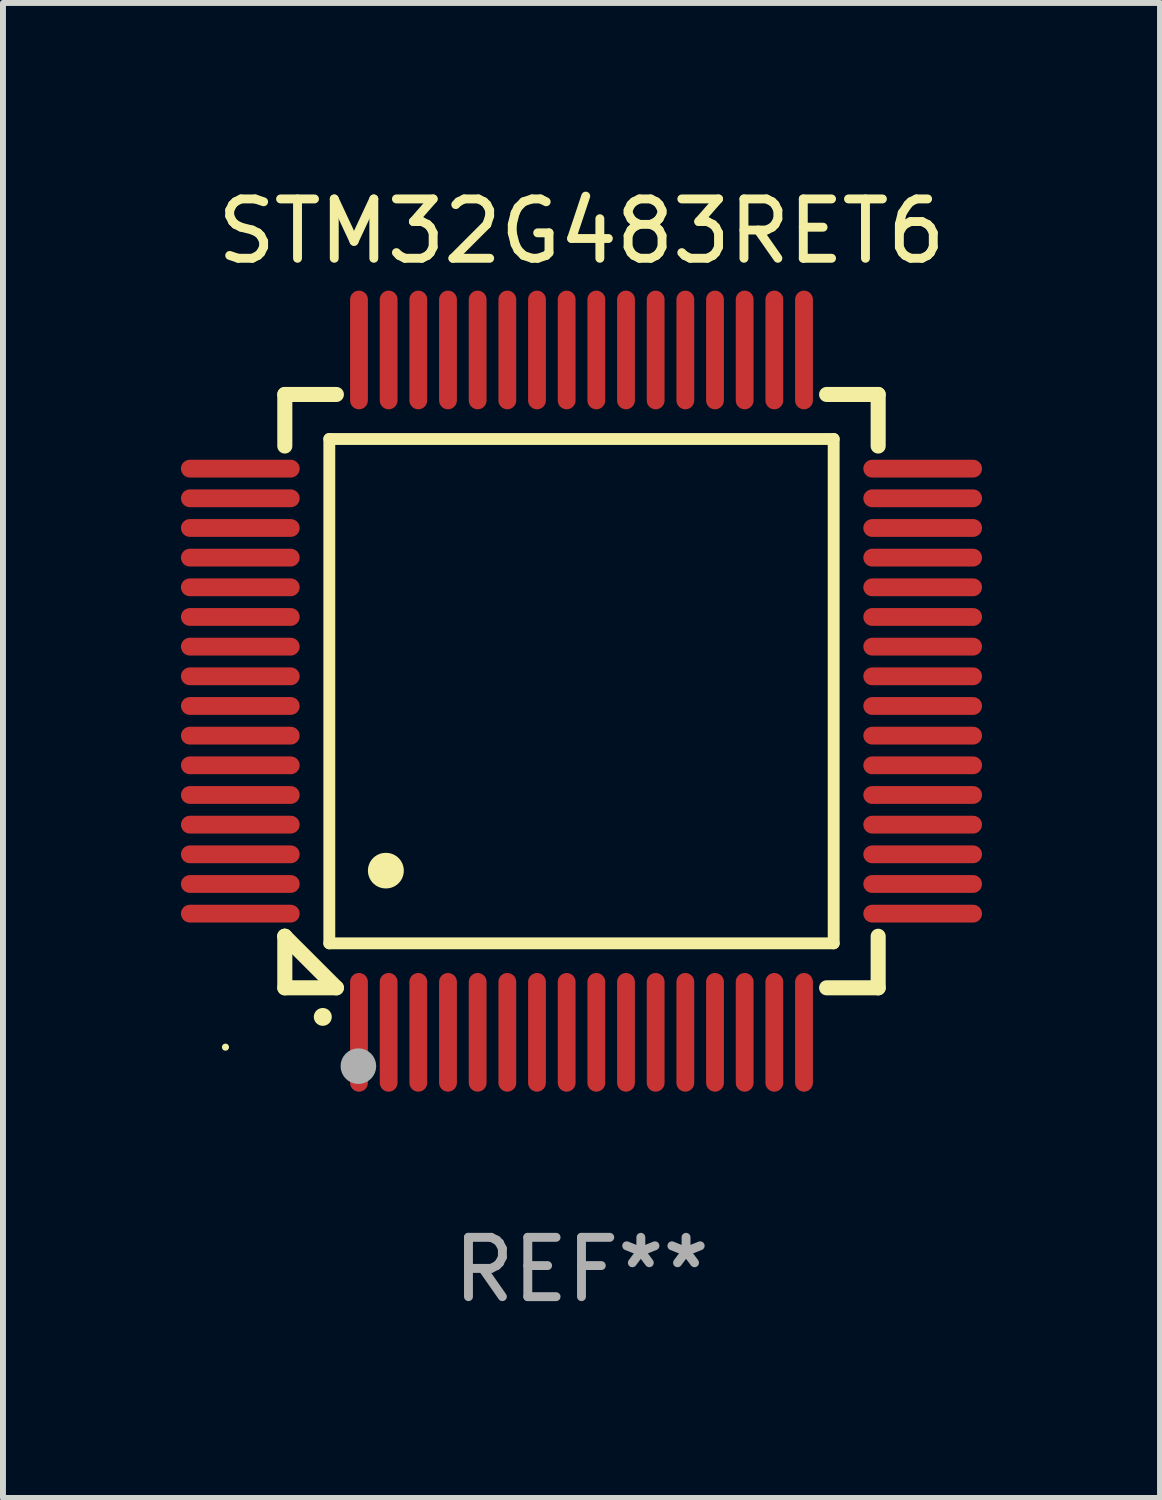
<source format=kicad_pcb>
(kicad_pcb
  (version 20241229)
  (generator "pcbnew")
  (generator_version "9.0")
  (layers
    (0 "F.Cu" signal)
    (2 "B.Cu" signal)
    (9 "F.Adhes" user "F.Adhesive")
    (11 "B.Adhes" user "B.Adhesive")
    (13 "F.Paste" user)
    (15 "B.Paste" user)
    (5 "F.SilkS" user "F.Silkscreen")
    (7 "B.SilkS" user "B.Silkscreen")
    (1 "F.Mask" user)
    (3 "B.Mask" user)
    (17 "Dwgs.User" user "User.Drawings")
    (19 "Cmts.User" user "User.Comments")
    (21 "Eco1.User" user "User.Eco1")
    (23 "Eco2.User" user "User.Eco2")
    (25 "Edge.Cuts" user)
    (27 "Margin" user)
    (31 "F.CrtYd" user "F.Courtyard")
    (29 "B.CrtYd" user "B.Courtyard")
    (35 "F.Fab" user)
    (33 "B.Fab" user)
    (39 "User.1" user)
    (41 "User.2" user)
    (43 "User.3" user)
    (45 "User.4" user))
  (footprint "STM32G483RET6"
    (layer "F.Cu")
    (at 6.75 8.598)
    (property "Reference" "STM32G483RET6" (at 0 -7.75 0) (layer "F.SilkS") (effects (font (size 1 1) (thickness 0.15))))
    (attr through_hole)
    (fp_line (start -5 -5) (end -4.131 -5) (stroke (width 0.254) (type solid)) (layer "F.SilkS"))
    (fp_line (start -5 -4.131) (end -5 -5) (stroke (width 0.254) (type solid)) (layer "F.SilkS"))
    (fp_line (start -5 4.131) (end -5 4.131) (stroke (width 0.254) (type solid)) (layer "F.SilkS"))
    (fp_line (start -5 5) (end -5 4.131) (stroke (width 0.254) (type solid)) (layer "F.SilkS"))
    (fp_line (start -5 4.131) (end -4.131 5) (stroke (width 0.254) (type solid)) (layer "F.SilkS"))
    (fp_line (start -4.25 -4.25) (end -4.25 4.25) (stroke (width 0.2) (type solid)) (layer "F.SilkS"))
    (fp_line (start -4.25 4.25) (end 4.25 4.25) (stroke (width 0.2) (type solid)) (layer "F.SilkS"))
    (fp_line (start -4.131 5) (end -5 5) (stroke (width 0.254) (type solid)) (layer "F.SilkS"))
    (fp_line (start 4.25 -4.25) (end -4.25 -4.25) (stroke (width 0.2) (type solid)) (layer "F.SilkS"))
    (fp_line (start 4.25 4.25) (end 4.25 -4.25) (stroke (width 0.2) (type solid)) (layer "F.SilkS"))
    (fp_line (start 5 -5) (end 4.131 -5) (stroke (width 0.254) (type solid)) (layer "F.SilkS"))
    (fp_line (start 5 -5) (end 5 -4.131) (stroke (width 0.254) (type solid)) (layer "F.SilkS"))
    (fp_line (start 5 4.131) (end 5 5) (stroke (width 0.254) (type solid)) (layer "F.SilkS"))
    (fp_line (start 5 5) (end 4.131 5) (stroke (width 0.254) (type solid)) (layer "F.SilkS"))
    (fp_arc (start -4.361265 5.489992) (mid -4.359995 5.489987) (end -4.358725 5.489992) (stroke (width 0.3) (type solid)) (layer "F.SilkS"))
    (fp_arc (start -3.299467 3.025146) (mid -3.296927 3.025135) (end -3.294387 3.025146) (stroke (width 0.6) (type solid)) (layer "F.SilkS"))
    (fp_circle (center -6 6) (end -5.97 6) (stroke (width 0.06) (type solid)) (fill no) (layer "F.SilkS"))
    (fp_circle (center -3.76 6.32) (end -3.61 6.32) (stroke (width 0.3) (type solid)) (fill no) (layer "F.Fab"))
    (fp_text user "REF**" (at 0 9.75 0) (layer "F.Fab") (effects (font (size 1 1) (thickness 0.15))))
    (pad "1" smd oval (at -3.75 5.75) (size 0.3 2) (layers "F.Cu" "F.Mask" "F.Paste"))
    (pad "2" smd oval (at -3.25 5.75) (size 0.3 2) (layers "F.Cu" "F.Mask" "F.Paste"))
    (pad "3" smd oval (at -2.75 5.75) (size 0.3 2) (layers "F.Cu" "F.Mask" "F.Paste"))
    (pad "4" smd oval (at -2.25 5.75) (size 0.3 2) (layers "F.Cu" "F.Mask" "F.Paste"))
    (pad "5" smd oval (at -1.75 5.75) (size 0.3 2) (layers "F.Cu" "F.Mask" "F.Paste"))
    (pad "6" smd oval (at -1.25 5.75) (size 0.3 2) (layers "F.Cu" "F.Mask" "F.Paste"))
    (pad "7" smd oval (at -0.75 5.75) (size 0.3 2) (layers "F.Cu" "F.Mask" "F.Paste"))
    (pad "8" smd oval (at -0.25 5.75) (size 0.3 2) (layers "F.Cu" "F.Mask" "F.Paste"))
    (pad "9" smd oval (at 0.25 5.75) (size 0.3 2) (layers "F.Cu" "F.Mask" "F.Paste"))
    (pad "10" smd oval (at 0.75 5.75) (size 0.3 2) (layers "F.Cu" "F.Mask" "F.Paste"))
    (pad "11" smd oval (at 1.25 5.75) (size 0.3 2) (layers "F.Cu" "F.Mask" "F.Paste"))
    (pad "12" smd oval (at 1.75 5.75) (size 0.3 2) (layers "F.Cu" "F.Mask" "F.Paste"))
    (pad "13" smd oval (at 2.25 5.75) (size 0.3 2) (layers "F.Cu" "F.Mask" "F.Paste"))
    (pad "14" smd oval (at 2.75 5.75) (size 0.3 2) (layers "F.Cu" "F.Mask" "F.Paste"))
    (pad "15" smd oval (at 3.25 5.75) (size 0.3 2) (layers "F.Cu" "F.Mask" "F.Paste"))
    (pad "16" smd oval (at 3.75 5.75) (size 0.3 2) (layers "F.Cu" "F.Mask" "F.Paste"))
    (pad "17" smd oval (at 5.75 3.75) (size 2 0.3) (layers "F.Cu" "F.Mask" "F.Paste"))
    (pad "18" smd oval (at 5.75 3.25) (size 2 0.3) (layers "F.Cu" "F.Mask" "F.Paste"))
    (pad "19" smd oval (at 5.75 2.75) (size 2 0.3) (layers "F.Cu" "F.Mask" "F.Paste"))
    (pad "20" smd oval (at 5.75 2.25) (size 2 0.3) (layers "F.Cu" "F.Mask" "F.Paste"))
    (pad "21" smd oval (at 5.75 1.75) (size 2 0.3) (layers "F.Cu" "F.Mask" "F.Paste"))
    (pad "22" smd oval (at 5.75 1.25) (size 2 0.3) (layers "F.Cu" "F.Mask" "F.Paste"))
    (pad "23" smd oval (at 5.75 0.75) (size 2 0.3) (layers "F.Cu" "F.Mask" "F.Paste"))
    (pad "24" smd oval (at 5.75 0.25) (size 2 0.3) (layers "F.Cu" "F.Mask" "F.Paste"))
    (pad "25" smd oval (at 5.75 -0.25) (size 2 0.3) (layers "F.Cu" "F.Mask" "F.Paste"))
    (pad "26" smd oval (at 5.75 -0.75) (size 2 0.3) (layers "F.Cu" "F.Mask" "F.Paste"))
    (pad "27" smd oval (at 5.75 -1.25) (size 2 0.3) (layers "F.Cu" "F.Mask" "F.Paste"))
    (pad "28" smd oval (at 5.75 -1.75) (size 2 0.3) (layers "F.Cu" "F.Mask" "F.Paste"))
    (pad "29" smd oval (at 5.75 -2.25) (size 2 0.3) (layers "F.Cu" "F.Mask" "F.Paste"))
    (pad "30" smd oval (at 5.75 -2.75) (size 2 0.3) (layers "F.Cu" "F.Mask" "F.Paste"))
    (pad "31" smd oval (at 5.75 -3.25) (size 2 0.3) (layers "F.Cu" "F.Mask" "F.Paste"))
    (pad "32" smd oval (at 5.75 -3.75) (size 2 0.3) (layers "F.Cu" "F.Mask" "F.Paste"))
    (pad "33" smd oval (at 3.75 -5.75) (size 0.3 2) (layers "F.Cu" "F.Mask" "F.Paste"))
    (pad "34" smd oval (at 3.25 -5.75) (size 0.3 2) (layers "F.Cu" "F.Mask" "F.Paste"))
    (pad "35" smd oval (at 2.75 -5.75) (size 0.3 2) (layers "F.Cu" "F.Mask" "F.Paste"))
    (pad "36" smd oval (at 2.25 -5.75) (size 0.3 2) (layers "F.Cu" "F.Mask" "F.Paste"))
    (pad "37" smd oval (at 1.75 -5.75) (size 0.3 2) (layers "F.Cu" "F.Mask" "F.Paste"))
    (pad "38" smd oval (at 1.25 -5.75) (size 0.3 2) (layers "F.Cu" "F.Mask" "F.Paste"))
    (pad "39" smd oval (at 0.75 -5.75) (size 0.3 2) (layers "F.Cu" "F.Mask" "F.Paste"))
    (pad "40" smd oval (at 0.25 -5.75) (size 0.3 2) (layers "F.Cu" "F.Mask" "F.Paste"))
    (pad "41" smd oval (at -0.25 -5.75) (size 0.3 2) (layers "F.Cu" "F.Mask" "F.Paste"))
    (pad "42" smd oval (at -0.75 -5.75) (size 0.3 2) (layers "F.Cu" "F.Mask" "F.Paste"))
    (pad "43" smd oval (at -1.25 -5.75) (size 0.3 2) (layers "F.Cu" "F.Mask" "F.Paste"))
    (pad "44" smd oval (at -1.75 -5.75) (size 0.3 2) (layers "F.Cu" "F.Mask" "F.Paste"))
    (pad "45" smd oval (at -2.25 -5.75) (size 0.3 2) (layers "F.Cu" "F.Mask" "F.Paste"))
    (pad "46" smd oval (at -2.75 -5.75) (size 0.3 2) (layers "F.Cu" "F.Mask" "F.Paste"))
    (pad "47" smd oval (at -3.25 -5.75) (size 0.3 2) (layers "F.Cu" "F.Mask" "F.Paste"))
    (pad "48" smd oval (at -3.75 -5.75) (size 0.3 2) (layers "F.Cu" "F.Mask" "F.Paste"))
    (pad "49" smd oval (at -5.75 -3.75) (size 2 0.3) (layers "F.Cu" "F.Mask" "F.Paste"))
    (pad "50" smd oval (at -5.75 -3.25) (size 2 0.3) (layers "F.Cu" "F.Mask" "F.Paste"))
    (pad "51" smd oval (at -5.75 -2.75) (size 2 0.3) (layers "F.Cu" "F.Mask" "F.Paste"))
    (pad "52" smd oval (at -5.75 -2.25) (size 2 0.3) (layers "F.Cu" "F.Mask" "F.Paste"))
    (pad "53" smd oval (at -5.75 -1.75) (size 2 0.3) (layers "F.Cu" "F.Mask" "F.Paste"))
    (pad "54" smd oval (at -5.75 -1.25) (size 2 0.3) (layers "F.Cu" "F.Mask" "F.Paste"))
    (pad "55" smd oval (at -5.75 -0.75) (size 2 0.3) (layers "F.Cu" "F.Mask" "F.Paste"))
    (pad "56" smd oval (at -5.75 -0.25) (size 2 0.3) (layers "F.Cu" "F.Mask" "F.Paste"))
    (pad "57" smd oval (at -5.75 0.25) (size 2 0.3) (layers "F.Cu" "F.Mask" "F.Paste"))
    (pad "58" smd oval (at -5.75 0.75) (size 2 0.3) (layers "F.Cu" "F.Mask" "F.Paste"))
    (pad "59" smd oval (at -5.75 1.25) (size 2 0.3) (layers "F.Cu" "F.Mask" "F.Paste"))
    (pad "60" smd oval (at -5.75 1.75) (size 2 0.3) (layers "F.Cu" "F.Mask" "F.Paste"))
    (pad "61" smd oval (at -5.75 2.25) (size 2 0.3) (layers "F.Cu" "F.Mask" "F.Paste"))
    (pad "62" smd oval (at -5.75 2.75) (size 2 0.3) (layers "F.Cu" "F.Mask" "F.Paste"))
    (pad "63" smd oval (at -5.75 3.25) (size 2 0.3) (layers "F.Cu" "F.Mask" "F.Paste"))
    (pad "64" smd oval (at -5.75 3.75) (size 2 0.3) (layers "F.Cu" "F.Mask" "F.Paste")))
  (gr_rect
    (start -3 -3)
    (end 16.5 22.196)
    (stroke (width 0.1) (type default))
    (fill no)
    (layer "Edge.Cuts")))
</source>
